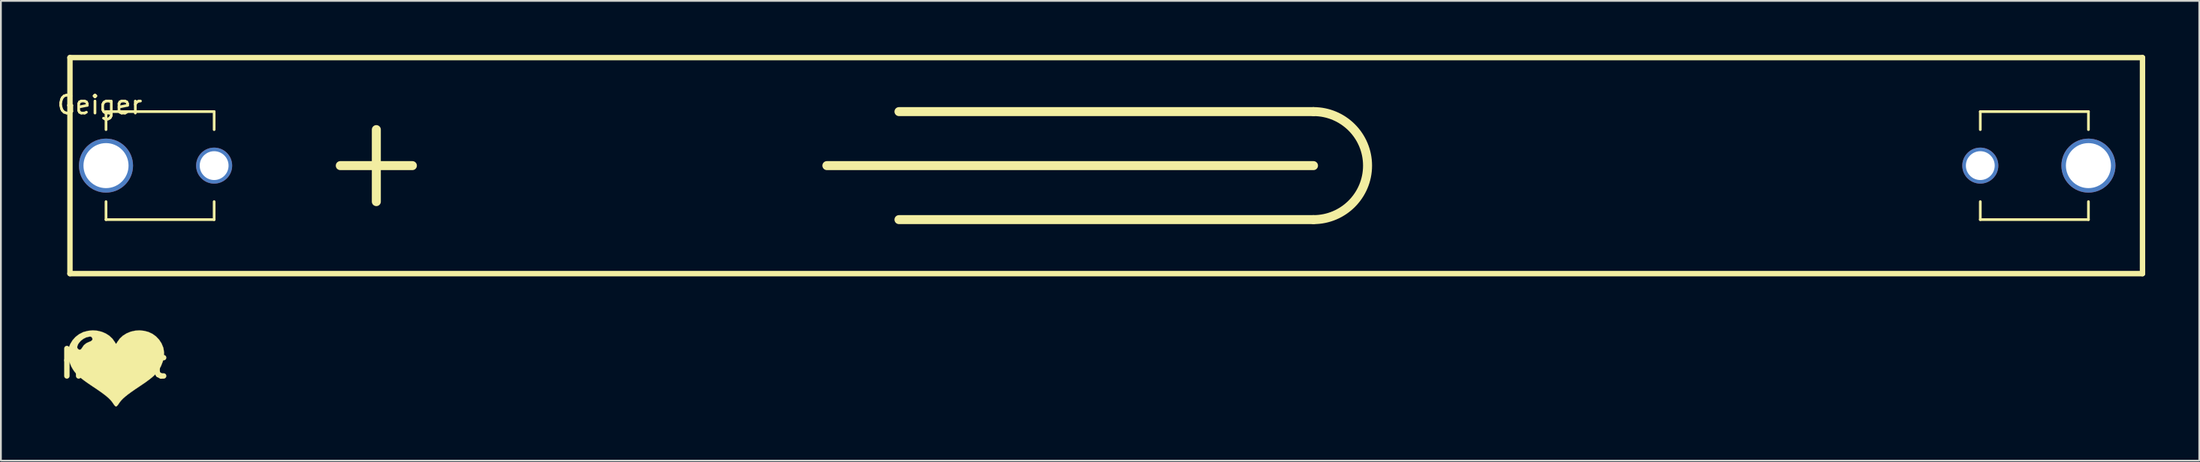
<source format=kicad_pcb>
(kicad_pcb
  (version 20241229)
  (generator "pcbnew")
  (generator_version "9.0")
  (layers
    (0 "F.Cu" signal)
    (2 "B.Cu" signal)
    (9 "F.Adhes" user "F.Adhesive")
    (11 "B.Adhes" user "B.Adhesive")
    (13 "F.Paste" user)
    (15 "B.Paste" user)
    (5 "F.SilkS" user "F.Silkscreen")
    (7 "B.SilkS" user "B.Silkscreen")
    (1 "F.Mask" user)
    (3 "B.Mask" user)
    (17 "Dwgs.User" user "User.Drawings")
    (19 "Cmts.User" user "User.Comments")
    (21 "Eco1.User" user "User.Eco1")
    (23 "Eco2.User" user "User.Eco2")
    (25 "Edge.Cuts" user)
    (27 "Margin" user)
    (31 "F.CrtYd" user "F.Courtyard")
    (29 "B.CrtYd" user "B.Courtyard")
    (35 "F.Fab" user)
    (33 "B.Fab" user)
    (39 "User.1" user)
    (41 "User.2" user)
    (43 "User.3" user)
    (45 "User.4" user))
  (footprint "heart"
    (layer "F.Cu")
    (at 3.237 17.145)
    (property "Reference" "heart" (at 0 0 0) (layer "F.SilkS") (effects (font (size 1.524 1.524) (thickness 0.3))))
    (attr through_hole)
    (fp_poly (pts (xy -0.887 -1.822) (xy -0.646 -1.764) (xy -0.422 -1.67) (xy -0.222 -1.542) (xy -0.05 -1.38) (xy 0.08 -1.198) (xy 0.117 -1.136) (xy 0.145 -1.098) (xy 0.152 -1.093) (xy 0.171 -1.113) (xy 0.205 -1.163) (xy 0.225 -1.198) (xy 0.362 -1.388) (xy 0.535 -1.548) (xy 0.737 -1.675) (xy 0.962 -1.768) (xy 1.203 -1.823) (xy 1.454 -1.84) (xy 1.709 -1.816) (xy 1.949 -1.753) (xy 2.172 -1.648) (xy 2.372 -1.503) (xy 2.542 -1.323) (xy 2.677 -1.116) (xy 2.77 -0.888) (xy 2.781 -0.85) (xy 2.815 -0.618) (xy 2.804 -0.372) (xy 2.747 -0.118) (xy 2.646 0.138) (xy 2.645 0.14) (xy 2.573 0.277) (xy 2.492 0.404) (xy 2.396 0.526) (xy 2.281 0.647) (xy 2.143 0.771) (xy 1.975 0.904) (xy 1.774 1.051) (xy 1.534 1.214) (xy 1.46 1.264) (xy 1.207 1.434) (xy 0.994 1.582) (xy 0.816 1.713) (xy 0.669 1.83) (xy 0.549 1.936) (xy 0.451 2.035) (xy 0.371 2.132) (xy 0.314 2.215) (xy 0.247 2.309) (xy 0.191 2.368) (xy 0.152 2.388) (xy 0.122 2.373) (xy 0.099 2.356) (xy 0.063 2.316) (xy 0.015 2.252) (xy -0.009 2.215) (xy -0.077 2.119) (xy -0.159 2.022) (xy -0.259 1.922) (xy -0.383 1.814) (xy -0.534 1.696) (xy -0.716 1.563) (xy -0.935 1.411) (xy -1.156 1.264) (xy -1.407 1.094) (xy -1.618 0.943) (xy -1.795 0.807) (xy -1.941 0.681) (xy -2.062 0.559) (xy -2.162 0.438) (xy -2.247 0.313) (xy -2.321 0.179) (xy -2.341 0.14) (xy -2.442 -0.117) (xy -2.499 -0.371) (xy -2.51 -0.617) (xy -2.476 -0.849) (xy -2.476 -0.85) (xy -2.469 -0.869) (xy -1.999 -0.869) (xy -1.957 -0.807) (xy -1.95 -0.802) (xy -1.898 -0.77) (xy -1.858 -0.765) (xy -1.817 -0.778) (xy -1.777 -0.81) (xy -1.738 -0.867) (xy -1.738 -0.868) (xy -1.633 -1.019) (xy -1.495 -1.131) (xy -1.356 -1.195) (xy -1.239 -1.244) (xy -1.172 -1.298) (xy -1.152 -1.361) (xy -1.178 -1.433) (xy -1.183 -1.442) (xy -1.215 -1.48) (xy -1.255 -1.496) (xy -1.323 -1.495) (xy -1.342 -1.493) (xy -1.504 -1.453) (xy -1.663 -1.373) (xy -1.806 -1.262) (xy -1.919 -1.129) (xy -1.956 -1.067) (xy -1.999 -0.955) (xy -1.999 -0.869) (xy -2.469 -0.869) (xy -2.39 -1.08) (xy -2.262 -1.291) (xy -2.097 -1.476) (xy -1.901 -1.627) (xy -1.682 -1.739) (xy -1.644 -1.753) (xy -1.392 -1.818) (xy -1.138 -1.84) (xy -0.887 -1.822)) (stroke (width 0.01) (type solid)) (fill yes) (layer "F.SilkS")))
  (footprint "Geiger"
    (layer "F.Cu")
    (at 2.832 6.15)
    (property "Reference" "Geiger" (at -0.35 -3.375 0) (layer "F.SilkS") (effects (font (size 1 1) (thickness 0.15))))
    (attr through_hole)
    (fp_line (start -2 -6) (end 113 -6) (stroke (width 0.3) (type solid)) (layer "F.SilkS"))
    (fp_line (start -2 6) (end -2 -6) (stroke (width 0.3) (type solid)) (layer "F.SilkS"))
    (fp_line (start 0 -3) (end 0 -2) (stroke (width 0.15) (type solid)) (layer "F.SilkS"))
    (fp_line (start 0 3) (end 0 2) (stroke (width 0.15) (type solid)) (layer "F.SilkS"))
    (fp_line (start 6 -3) (end 0 -3) (stroke (width 0.15) (type solid)) (layer "F.SilkS"))
    (fp_line (start 6 -2) (end 6 -3) (stroke (width 0.15) (type solid)) (layer "F.SilkS"))
    (fp_line (start 6 2) (end 6 3) (stroke (width 0.15) (type solid)) (layer "F.SilkS"))
    (fp_line (start 6 3) (end 0 3) (stroke (width 0.15) (type solid)) (layer "F.SilkS"))
    (fp_line (start 15 -2) (end 15 2) (stroke (width 0.5) (type solid)) (layer "F.SilkS"))
    (fp_line (start 17 0) (end 13 0) (stroke (width 0.5) (type solid)) (layer "F.SilkS"))
    (fp_line (start 67 -3) (end 44 -3) (stroke (width 0.5) (type solid)) (layer "F.SilkS"))
    (fp_line (start 67 0) (end 40 0) (stroke (width 0.5) (type solid)) (layer "F.SilkS"))
    (fp_line (start 67 3) (end 44 3) (stroke (width 0.5) (type solid)) (layer "F.SilkS"))
    (fp_line (start 104 -3) (end 104 -2) (stroke (width 0.15) (type solid)) (layer "F.SilkS"))
    (fp_line (start 104 2) (end 104 3) (stroke (width 0.15) (type solid)) (layer "F.SilkS"))
    (fp_line (start 104 3) (end 110 3) (stroke (width 0.15) (type solid)) (layer "F.SilkS"))
    (fp_line (start 110 -3) (end 104 -3) (stroke (width 0.15) (type solid)) (layer "F.SilkS"))
    (fp_line (start 110 -2) (end 110 -3) (stroke (width 0.15) (type solid)) (layer "F.SilkS"))
    (fp_line (start 110 3) (end 110 2) (stroke (width 0.15) (type solid)) (layer "F.SilkS"))
    (fp_line (start 113 -6) (end 113 6) (stroke (width 0.3) (type solid)) (layer "F.SilkS"))
    (fp_line (start 113 6) (end -2 6) (stroke (width 0.3) (type solid)) (layer "F.SilkS"))
    (fp_arc (start 67 -3) (mid 70 0) (end 67 3) (stroke (width 0.5) (type solid)) (layer "F.SilkS"))
    (pad "1" thru_hole circle (at 0 0) (size 3 3) (drill 2.5) (layers "*.Cu" "*.Mask"))
    (pad "1" thru_hole circle (at 6 0) (size 2 2) (drill 1.6) (layers "*.Cu" "*.Mask"))
    (pad "2" thru_hole circle (at 104 0) (size 2 2) (drill 1.6) (layers "*.Cu" "*.Mask"))
    (pad "2" thru_hole circle (at 110 0) (size 3 3) (drill 2.5) (layers "*.Cu" "*.Mask")))
  (gr_rect
    (start -3 -3)
    (end 118.982 22.538)
    (stroke (width 0.1) (type default))
    (fill no)
    (layer "Edge.Cuts")))
</source>
